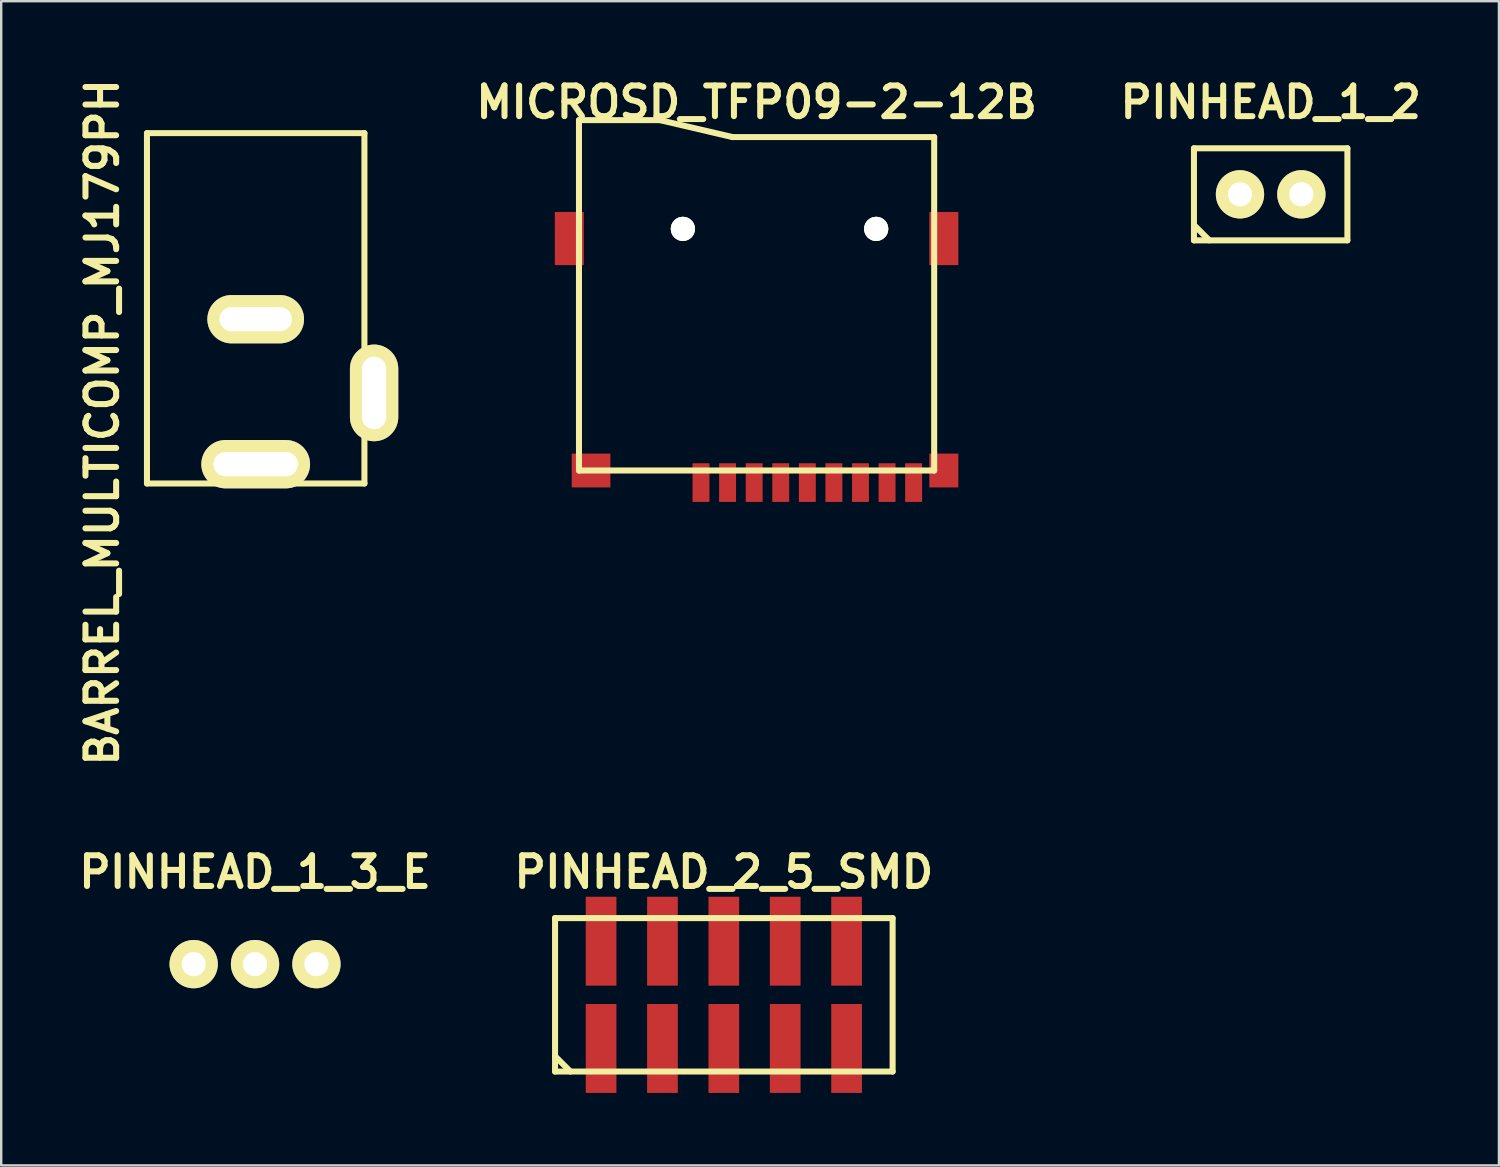
<source format=kicad_pcb>
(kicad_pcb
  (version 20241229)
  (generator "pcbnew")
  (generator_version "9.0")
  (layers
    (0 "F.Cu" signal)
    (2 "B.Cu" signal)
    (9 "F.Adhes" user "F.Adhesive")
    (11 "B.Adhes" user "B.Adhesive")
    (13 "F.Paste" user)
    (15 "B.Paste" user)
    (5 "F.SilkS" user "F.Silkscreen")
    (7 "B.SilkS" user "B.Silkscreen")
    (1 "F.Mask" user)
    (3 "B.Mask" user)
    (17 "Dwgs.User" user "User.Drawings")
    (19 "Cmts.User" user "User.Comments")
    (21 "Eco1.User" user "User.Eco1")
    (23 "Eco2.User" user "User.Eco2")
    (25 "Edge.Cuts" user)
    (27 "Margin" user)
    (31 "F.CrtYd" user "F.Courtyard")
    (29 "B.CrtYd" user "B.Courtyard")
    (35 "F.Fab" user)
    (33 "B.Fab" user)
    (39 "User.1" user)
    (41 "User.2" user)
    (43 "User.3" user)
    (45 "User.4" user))
  (footprint "BARREL_MULTICOMP_MJ179PH"
    (layer "F.Cu")
    (at 7.532 13.16)
    (property "Reference" "BARREL_MULTICOMP_MJ179PH" (at -6.35 1.27 90) (layer "F.SilkS") (effects (font (size 1.27 1.27) (thickness 0.25))))
    (attr through_hole)
    (fp_line (start -4.5 -10.7) (end 4.5 -10.7) (stroke (width 0.25) (type solid)) (layer "F.SilkS"))
    (fp_line (start -4.5 3.8) (end -4.5 -10.7) (stroke (width 0.25) (type solid)) (layer "F.SilkS"))
    (fp_line (start 4.5 -10.7) (end 4.5 3.8) (stroke (width 0.25) (type solid)) (layer "F.SilkS"))
    (fp_line (start 4.5 3.8) (end -4.5 3.8) (stroke (width 0.25) (type solid)) (layer "F.SilkS"))
    (pad "1" thru_hole oval (at 0 3) (size 4.5 2) (drill oval 3.5 1) (layers "*.Cu" "*.Mask" "F.SilkS"))
    (pad "2" thru_hole oval (at 0 -3) (size 4 2) (drill oval 3 1) (layers "*.Cu" "*.Mask" "F.SilkS"))
    (pad "3" thru_hole oval (at 4.9 0.05 90) (size 4 2) (drill oval 3 1) (layers "*.Cu" "*.Mask" "F.SilkS")))
  (footprint "PINHEAD_2_5_SMD"
    (layer "F.Cu")
    (at 26.906 38.121)
    (property "Reference" "PINHEAD_2_5_SMD" (at 0 -5.08 0) (layer "F.SilkS") (effects (font (size 1.27 1.27) (thickness 0.25))))
    (attr through_hole)
    (fp_line (start -6.985 -3.175) (end 6.985 -3.175) (stroke (width 0.25) (type solid)) (layer "F.SilkS"))
    (fp_line (start -6.985 2.54) (end -6.35 3.175) (stroke (width 0.25) (type solid)) (layer "F.SilkS"))
    (fp_line (start -6.985 3.175) (end -6.985 -3.175) (stroke (width 0.25) (type solid)) (layer "F.SilkS"))
    (fp_line (start 6.985 -3.175) (end 6.985 3.175) (stroke (width 0.25) (type solid)) (layer "F.SilkS"))
    (fp_line (start 6.985 3.175) (end -6.985 3.175) (stroke (width 0.25) (type solid)) (layer "F.SilkS"))
    (pad "1" smd rect (at -5.08 2.22) (size 1.27 3.68) (layers "F.Cu" "F.Mask" "F.Paste"))
    (pad "2" smd rect (at -5.08 -2.22) (size 1.27 3.68) (layers "F.Cu" "F.Mask" "F.Paste"))
    (pad "3" smd rect (at -2.54 2.22) (size 1.27 3.68) (layers "F.Cu" "F.Mask" "F.Paste"))
    (pad "4" smd rect (at -2.54 -2.22) (size 1.27 3.68) (layers "F.Cu" "F.Mask" "F.Paste"))
    (pad "5" smd rect (at 0 2.22) (size 1.27 3.68) (layers "F.Cu" "F.Mask" "F.Paste"))
    (pad "6" smd rect (at 0 -2.22) (size 1.27 3.68) (layers "F.Cu" "F.Mask" "F.Paste"))
    (pad "7" smd rect (at 2.54 2.22) (size 1.27 3.68) (layers "F.Cu" "F.Mask" "F.Paste"))
    (pad "8" smd rect (at 2.54 -2.22) (size 1.27 3.68) (layers "F.Cu" "F.Mask" "F.Paste"))
    (pad "9" smd rect (at 5.08 2.22) (size 1.27 3.68) (layers "F.Cu" "F.Mask" "F.Paste"))
    (pad "10" smd rect (at 5.08 -2.22) (size 1.27 3.68) (layers "F.Cu" "F.Mask" "F.Paste")))
  (footprint "PINHEAD_1_2"
    (layer "F.Cu")
    (at 49.537 4.992)
    (property "Reference" "PINHEAD_1_2" (at 0 -3.81 0) (layer "F.SilkS") (effects (font (size 1.27 1.27) (thickness 0.25))))
    (attr through_hole)
    (fp_line (start -3.175 -1.905) (end -3.175 1.905) (stroke (width 0.25) (type solid)) (layer "F.SilkS"))
    (fp_line (start -3.175 -1.905) (end 3.175 -1.905) (stroke (width 0.25) (type solid)) (layer "F.SilkS"))
    (fp_line (start -3.175 1.27) (end -2.54 1.905) (stroke (width 0.25) (type solid)) (layer "F.SilkS"))
    (fp_line (start 3.175 -1.905) (end 3.175 1.905) (stroke (width 0.25) (type solid)) (layer "F.SilkS"))
    (fp_line (start 3.175 1.905) (end -3.175 1.905) (stroke (width 0.25) (type solid)) (layer "F.SilkS"))
    (pad "1" thru_hole circle (at -1.27 0) (size 1.999 1.999) (drill 1.001) (layers "*.Cu" "*.Mask" "F.SilkS"))
    (pad "2" thru_hole circle (at 1.27 0) (size 1.999 1.999) (drill 1.001) (layers "*.Cu" "*.Mask" "F.SilkS")))
  (footprint "MICROSD_TFP09-2-12B"
    (layer "F.Cu")
    (at 28.261 16.422)
    (property "Reference" "MICROSD_TFP09-2-12B" (at 0 -15.24 0) (layer "F.SilkS") (effects (font (size 1.27 1.27) (thickness 0.25))))
    (attr through_hole)
    (fp_line (start -7.35 -14.5) (end -7.35 0) (stroke (width 0.25) (type solid)) (layer "F.SilkS"))
    (fp_line (start -7.35 -14.5) (end -4 -14.5) (stroke (width 0.25) (type solid)) (layer "F.SilkS"))
    (fp_line (start -7.35 0) (end 7.35 0) (stroke (width 0.25) (type solid)) (layer "F.SilkS"))
    (fp_line (start -4 -14.5) (end -1 -13.8) (stroke (width 0.25) (type solid)) (layer "F.SilkS"))
    (fp_line (start -1 -13.8) (end 7.35 -13.8) (stroke (width 0.25) (type solid)) (layer "F.SilkS"))
    (fp_line (start 7.35 -13.8) (end 7.35 0) (stroke (width 0.25) (type solid)) (layer "F.SilkS"))
    (pad "" thru_hole circle (at -3.05 -10) (size 1 1) (drill 1) (layers "*.Cu" "*.Mask" "F.SilkS"))
    (pad "" thru_hole circle (at 4.95 -10) (size 1 1) (drill 1) (layers "*.Cu" "*.Mask" "F.SilkS"))
    (pad "1" smd rect (at -2.3 0.5) (size 0.7 1.6) (layers "F.Cu" "F.Mask" "F.Paste"))
    (pad "2" smd rect (at -1.2 0.5) (size 0.7 1.6) (layers "F.Cu" "F.Mask" "F.Paste"))
    (pad "3" smd rect (at -0.1 0.5) (size 0.7 1.6) (layers "F.Cu" "F.Mask" "F.Paste"))
    (pad "4" smd rect (at 1 0.5) (size 0.7 1.6) (layers "F.Cu" "F.Mask" "F.Paste"))
    (pad "5" smd rect (at 2.1 0.5) (size 0.7 1.6) (layers "F.Cu" "F.Mask" "F.Paste"))
    (pad "6" smd rect (at 3.2 0.5) (size 0.7 1.6) (layers "F.Cu" "F.Mask" "F.Paste"))
    (pad "7" smd rect (at 4.3 0.5) (size 0.7 1.6) (layers "F.Cu" "F.Mask" "F.Paste"))
    (pad "8" smd rect (at 5.4 0.5) (size 0.7 1.6) (layers "F.Cu" "F.Mask" "F.Paste"))
    (pad "9" smd rect (at 6.5 0.5) (size 0.7 1.6) (layers "F.Cu" "F.Mask" "F.Paste"))
    (pad "T" smd rect (at -7.75 -9.6) (size 1.2 2.2) (layers "F.Cu" "F.Mask" "F.Paste"))
    (pad "T" smd rect (at -6.85 0) (size 1.6 1.4) (layers "F.Cu" "F.Mask" "F.Paste"))
    (pad "T" smd rect (at 7.75 -9.6) (size 1.2 2.2) (layers "F.Cu" "F.Mask" "F.Paste"))
    (pad "T" smd rect (at 7.75 0) (size 1.2 1.4) (layers "F.Cu" "F.Mask" "F.Paste")))
  (footprint "PINHEAD_1_3_E"
    (layer "F.Cu")
    (at 7.505 36.851)
    (property "Reference" "PINHEAD_1_3_E" (at 0 -3.81 0) (layer "F.SilkS") (effects (font (size 1.27 1.27) (thickness 0.25))))
    (attr through_hole)
    (pad "1" thru_hole circle (at -2.54 0) (size 1.999 1.999) (drill 1.001) (layers "*.Cu" "*.Mask" "F.SilkS"))
    (pad "2" thru_hole circle (at 0 0) (size 1.999 1.999) (drill 1.001) (layers "*.Cu" "*.Mask" "F.SilkS"))
    (pad "3" thru_hole circle (at 2.54 0) (size 1.999 1.999) (drill 1.001) (layers "*.Cu" "*.Mask" "F.SilkS")))
  (gr_rect
    (start -3 -3)
    (end 58.984 45.181)
    (stroke (width 0.1) (type default))
    (fill no)
    (layer "Edge.Cuts")))
</source>
